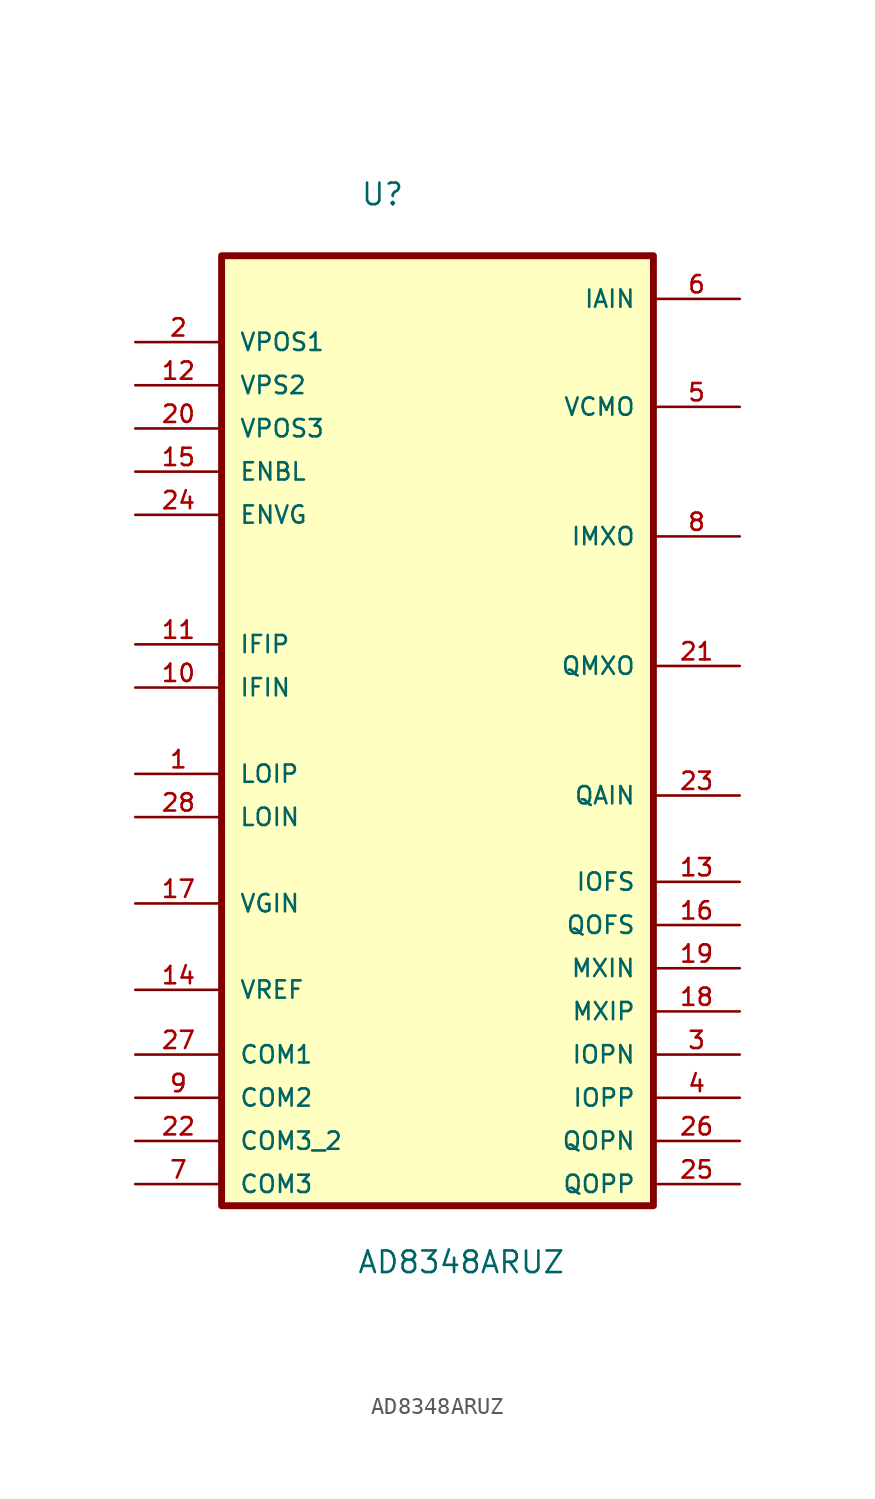
<source format=kicad_sym>
(kicad_symbol_lib
  (version 20220331)
  (generator kicad_symbol_editor)
  (symbol "AD8348ARUZ"
    (pin_names
      (offset 1.016))
    (property "Reference" "U"
      (at -4.547 28.27 0)
      (effects (font (size 1.27 1.27)) (justify left bottom)))
    (property "Value" "AD8348ARUZ"
      (at -4.75 -34.544 0)
      (effects (font (size 1.27 1.27)) (justify left bottom)))
    (symbol "AD8348ARUZ_0_0"
      (rectangle (start -12.7 25.4) (end 12.7 -30.48) (stroke (width 0.406) (type default)) (fill (type background)))
      (pin input line (at -17.78 -5.08 0) (length 5.08) (name "LOIP" (effects (font (size 1.016 1.016)))) (number "1" (effects (font (size 1.016 1.016)))))
      (pin output line (at -17.78 0 0) (length 5.08) (name "IFIN" (effects (font (size 1.016 1.016)))) (number "10" (effects (font (size 1.016 1.016)))))
      (pin output line (at -17.78 2.54 0) (length 5.08) (name "IFIP" (effects (font (size 1.016 1.016)))) (number "11" (effects (font (size 1.016 1.016)))))
      (pin input line (at -17.78 17.78 0) (length 5.08) (name "VPS2" (effects (font (size 1.016 1.016)))) (number "12" (effects (font (size 1.016 1.016)))))
      (pin output line (at 17.78 -11.43 180) (length 5.08) (name "IOFS" (effects (font (size 1.016 1.016)))) (number "13" (effects (font (size 1.016 1.016)))))
      (pin output line (at -17.78 -17.78 0) (length 5.08) (name "VREF" (effects (font (size 1.016 1.016)))) (number "14" (effects (font (size 1.016 1.016)))))
      (pin input line (at -17.78 12.7 0) (length 5.08) (name "ENBL" (effects (font (size 1.016 1.016)))) (number "15" (effects (font (size 1.016 1.016)))))
      (pin output line (at 17.78 -13.97 180) (length 5.08) (name "QOFS" (effects (font (size 1.016 1.016)))) (number "16" (effects (font (size 1.016 1.016)))))
      (pin passive line (at -17.78 -12.7 0) (length 5.08) (name "VGIN" (effects (font (size 1.016 1.016)))) (number "17" (effects (font (size 1.016 1.016)))))
      (pin input line (at 17.78 -19.05 180) (length 5.08) (name "MXIP" (effects (font (size 1.016 1.016)))) (number "18" (effects (font (size 1.016 1.016)))))
      (pin input line (at 17.78 -16.51 180) (length 5.08) (name "MXIN" (effects (font (size 1.016 1.016)))) (number "19" (effects (font (size 1.016 1.016)))))
      (pin input line (at -17.78 20.32 0) (length 5.08) (name "VPOS1" (effects (font (size 1.016 1.016)))) (number "2" (effects (font (size 1.016 1.016)))))
      (pin input line (at -17.78 15.24 0) (length 5.08) (name "VPOS3" (effects (font (size 1.016 1.016)))) (number "20" (effects (font (size 1.016 1.016)))))
      (pin output line (at 17.78 1.27 180) (length 5.08) (name "QMXO" (effects (font (size 1.016 1.016)))) (number "21" (effects (font (size 1.016 1.016)))))
      (pin input line (at -17.78 -26.67 0) (length 5.08) (name "COM3_2" (effects (font (size 1.016 1.016)))) (number "22" (effects (font (size 1.016 1.016)))))
      (pin output line (at 17.78 -6.35 180) (length 5.08) (name "QAIN" (effects (font (size 1.016 1.016)))) (number "23" (effects (font (size 1.016 1.016)))))
      (pin input line (at -17.78 10.16 0) (length 5.08) (name "ENVG" (effects (font (size 1.016 1.016)))) (number "24" (effects (font (size 1.016 1.016)))))
      (pin output line (at 17.78 -29.21 180) (length 5.08) (name "QOPP" (effects (font (size 1.016 1.016)))) (number "25" (effects (font (size 1.016 1.016)))))
      (pin output line (at 17.78 -26.67 180) (length 5.08) (name "QOPN" (effects (font (size 1.016 1.016)))) (number "26" (effects (font (size 1.016 1.016)))))
      (pin input line (at -17.78 -21.59 0) (length 5.08) (name "COM1" (effects (font (size 1.016 1.016)))) (number "27" (effects (font (size 1.016 1.016)))))
      (pin input line (at -17.78 -7.62 0) (length 5.08) (name "LOIN" (effects (font (size 1.016 1.016)))) (number "28" (effects (font (size 1.016 1.016)))))
      (pin output line (at 17.78 -21.59 180) (length 5.08) (name "IOPN" (effects (font (size 1.016 1.016)))) (number "3" (effects (font (size 1.016 1.016)))))
      (pin output line (at 17.78 -24.13 180) (length 5.08) (name "IOPP" (effects (font (size 1.016 1.016)))) (number "4" (effects (font (size 1.016 1.016)))))
      (pin output line (at 17.78 16.51 180) (length 5.08) (name "VCMO" (effects (font (size 1.016 1.016)))) (number "5" (effects (font (size 1.016 1.016)))))
      (pin output line (at 17.78 22.86 180) (length 5.08) (name "IAIN" (effects (font (size 1.016 1.016)))) (number "6" (effects (font (size 1.016 1.016)))))
      (pin output line (at -17.78 -29.21 0) (length 5.08) (name "COM3" (effects (font (size 1.016 1.016)))) (number "7" (effects (font (size 1.016 1.016)))))
      (pin output line (at 17.78 8.89 180) (length 5.08) (name "IMXO" (effects (font (size 1.016 1.016)))) (number "8" (effects (font (size 1.016 1.016)))))
      (pin output line (at -17.78 -24.13 0) (length 5.08) (name "COM2" (effects (font (size 1.016 1.016)))) (number "9" (effects (font (size 1.016 1.016))))))))
</source>
